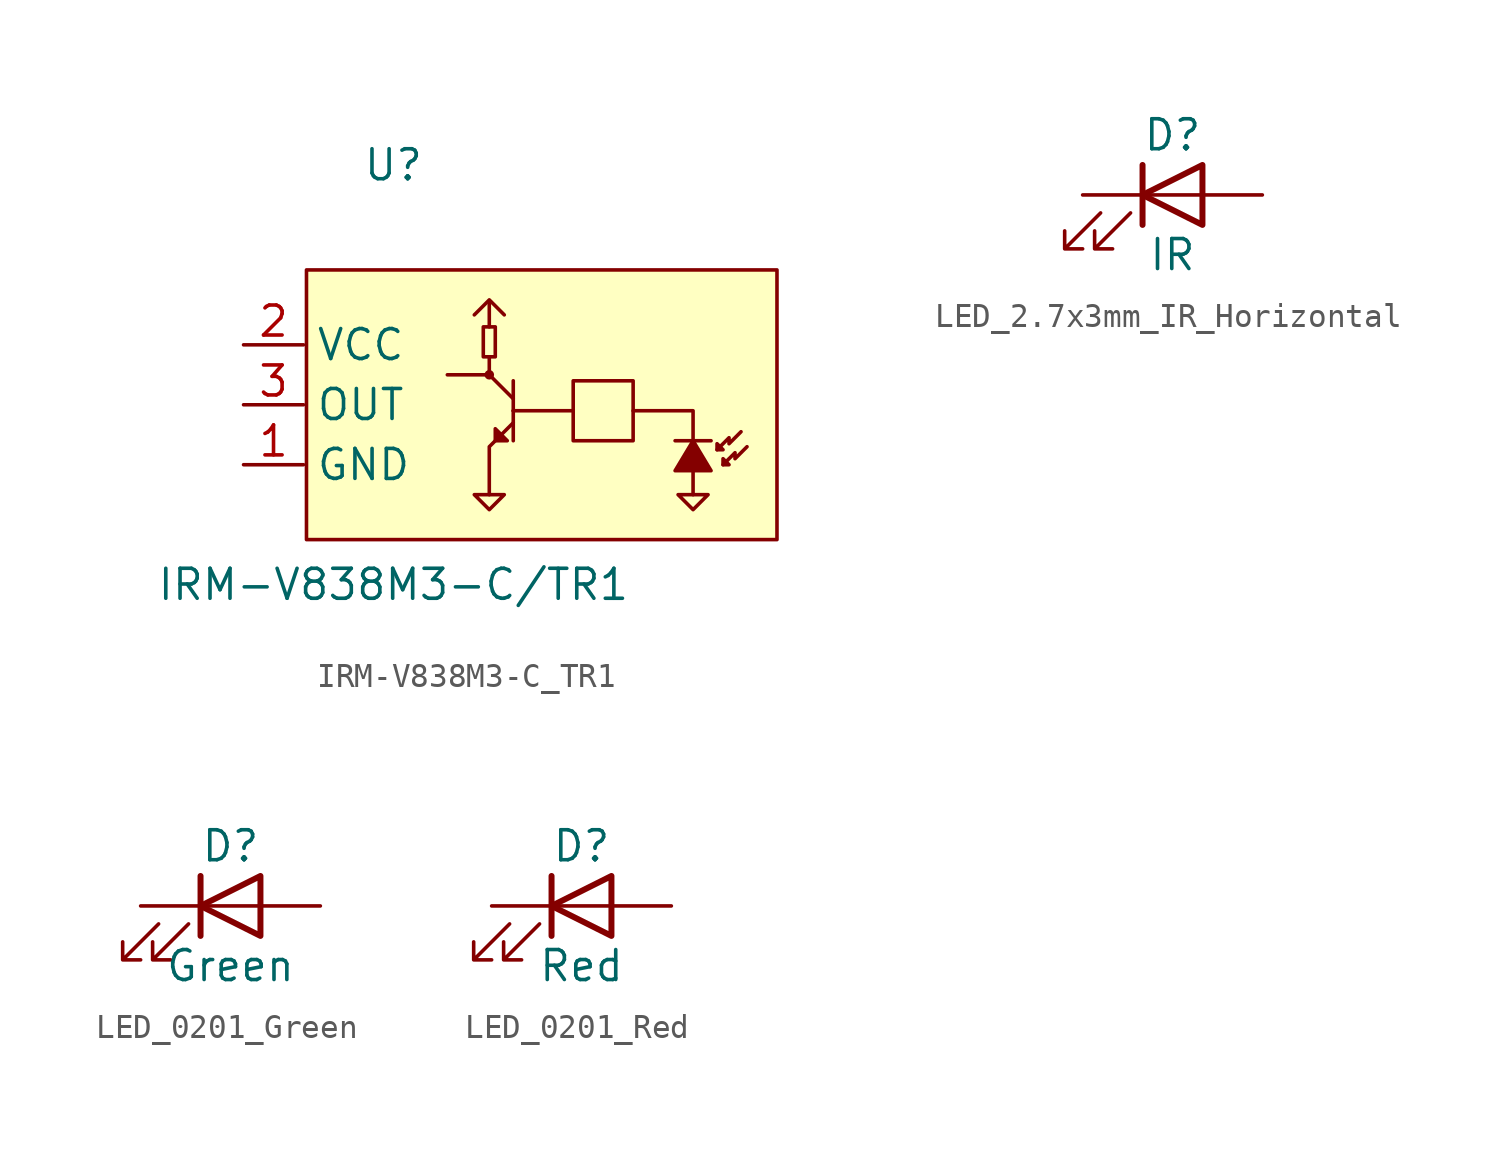
<source format=kicad_sym>
(kicad_symbol_lib
  (version 20241209)
  (generator "kicad_symbol_editor")
  (generator_version "9.0")
  (symbol "IRM-V838M3-C_TR1"
    (property "Reference" "U"
      (at 0 8.89 0)
      (effects (font (size 1.27 1.27))))
    (property "Value" "IRM-V838M3-C/TR1"
      (at 0 -8.89 0)
      (effects (font (size 1.27 1.27))))
    (symbol "IRM-V838M3-C_TR1_0_1"
      (rectangle (start -3.683 4.445) (end 16.256 -6.985) (stroke (width 0) (type default)) (fill (type background)))
      (polyline (pts (xy 11.938 -2.794) (xy 13.335 -2.794) (xy 13.462 -2.794)) (stroke (width 0) (type default)) (fill (type none)))
      (polyline (pts (xy 12.7 -5.08) (xy 13.335 -5.08) (xy 12.7 -5.715) (xy 12.065 -5.08) (xy 12.7 -5.08)) (stroke (width 0) (type default)) (fill (type none))))
    (symbol "IRM-V838M3-C_TR1_1_1"
      (polyline (pts (xy 3.429 2.54) (xy 4.064 3.175) (xy 4.699 2.54)) (stroke (width 0) (type default)) (fill (type none)))
      (polyline (pts (xy 4.064 3.048) (xy 4.064 2.032)) (stroke (width 0) (type default)) (fill (type none)))
      (polyline (pts (xy 4.064 0) (xy 2.286 0)) (stroke (width 0) (type default)) (fill (type none)))
      (polyline (pts (xy 4.064 0) (xy 4.064 0.762) (xy 4.318 0.762) (xy 4.318 2.032) (xy 3.81 2.032) (xy 3.81 0.762) (xy 4.064 0.762)) (stroke (width 0) (type default)) (fill (type none)))
      (circle (center 4.064 0) (radius 0.127) (stroke (width 0) (type default)) (fill (type none)))
      (polyline (pts (xy 4.064 -5.08) (xy 4.699 -5.08) (xy 4.064 -5.715) (xy 3.429 -5.08) (xy 4.064 -5.08)) (stroke (width 0) (type default)) (fill (type none)))
      (polyline (pts (xy 4.318 -2.794) (xy 4.064 -3.048) (xy 4.064 -5.08)) (stroke (width 0) (type default)) (fill (type none)))
      (polyline (pts (xy 5.08 -1.016) (xy 4.064 0)) (stroke (width 0) (type default)) (fill (type none)))
      (polyline (pts (xy 5.08 -1.524) (xy 5.08 -0.254)) (stroke (width 0) (type default)) (fill (type none)))
      (polyline (pts (xy 5.08 -1.524) (xy 5.08 -2.159) (xy 5.08 -2.794)) (stroke (width 0) (type default)) (fill (type none)))
      (polyline (pts (xy 5.08 -1.524) (xy 7.62 -1.524) (xy 7.62 -0.254) (xy 10.16 -0.254) (xy 10.16 -2.794) (xy 7.62 -2.794) (xy 7.62 -1.524)) (stroke (width 0) (type default)) (fill (type none)))
      (polyline (pts (xy 5.08 -2.032) (xy 4.318 -2.794) (xy 4.318 -2.286) (xy 4.826 -2.794) (xy 4.318 -2.794)) (stroke (width 0) (type solid)) (fill (type outline)))
      (polyline (pts (xy 10.16 -1.524) (xy 12.7 -1.524) (xy 12.7 -2.794)) (stroke (width 0) (type default)) (fill (type none)))
      (polyline (pts (xy 12.7 -4.064) (xy 12.7 -4.064) (xy 11.938 -4.064) (xy 12.7 -2.794) (xy 13.462 -4.064) (xy 12.7 -4.064)) (stroke (width 0) (type solid)) (fill (type outline)))
      (polyline (pts (xy 12.7 -5.08) (xy 12.7 -3.81)) (stroke (width 0) (type default)) (fill (type none)))
      (polyline (pts (xy 13.716 -3.175) (xy 13.716 -2.921) (xy 13.97 -3.175) (xy 13.716 -3.175)) (stroke (width 0) (type default)) (fill (type none)))
      (polyline (pts (xy 13.716 -3.175) (xy 14.224 -2.667) (xy 14.224 -2.921) (xy 14.732 -2.413)) (stroke (width 0) (type default)) (fill (type none)))
      (polyline (pts (xy 13.97 -3.81) (xy 13.97 -3.556) (xy 14.224 -3.81) (xy 13.97 -3.81)) (stroke (width 0) (type default)) (fill (type none)))
      (polyline (pts (xy 13.97 -3.81) (xy 14.478 -3.302) (xy 14.478 -3.556) (xy 14.986 -3.048)) (stroke (width 0) (type default)) (fill (type none)))
      (pin power_in line (at -6.35 1.27 0) (length 2.54) (name "VCC" (effects (font (size 1.27 1.27)))) (number "2" (effects (font (size 1.27 1.27)))))
      (pin output line (at -6.35 -1.27 0) (length 2.54) (name "OUT" (effects (font (size 1.27 1.27)))) (number "3" (effects (font (size 1.27 1.27)))))
      (pin power_in line (at -6.35 -3.81 0) (length 2.54) (name "GND" (effects (font (size 1.27 1.27)))) (number "1" (effects (font (size 1.27 1.27)))))
      (pin power_in line (at -6.35 -3.81 0) (length 2.54) (hide yes) (name "GND" (effects (font (size 1.27 1.27)))) (number "4" (effects (font (size 1.27 1.27)))))))
  (symbol "LED_2.7x3mm_IR_Horizontal"
    (pin_numbers
      (hide yes))
    (pin_names
      (offset 1.016)
      (hide yes))
    (property "Reference" "D"
      (at 0 2.54 0)
      (effects (font (size 1.27 1.27))))
    (property "Value" "IR"
      (at 0 -2.54 0)
      (effects (font (size 1.27 1.27))))
    (symbol "LED_2.7x3mm_IR_Horizontal_0_1"
      (polyline (pts (xy -3.048 -0.762) (xy -4.572 -2.286) (xy -3.81 -2.286) (xy -4.572 -2.286) (xy -4.572 -1.524)) (stroke (width 0) (type default)) (fill (type none)))
      (polyline (pts (xy -1.778 -0.762) (xy -3.302 -2.286) (xy -2.54 -2.286) (xy -3.302 -2.286) (xy -3.302 -1.524)) (stroke (width 0) (type default)) (fill (type none)))
      (polyline (pts (xy -1.27 0) (xy 1.27 0)) (stroke (width 0) (type default)) (fill (type none)))
      (polyline (pts (xy -1.27 -1.27) (xy -1.27 1.27)) (stroke (width 0.254) (type default)) (fill (type none)))
      (polyline (pts (xy 1.27 -1.27) (xy 1.27 1.27) (xy -1.27 0) (xy 1.27 -1.27)) (stroke (width 0.254) (type default)) (fill (type none))))
    (symbol "LED_2.7x3mm_IR_Horizontal_1_1"
      (pin passive line (at -3.81 0 0) (length 2.54) (name "K" (effects (font (size 1.27 1.27)))) (number "1" (effects (font (size 1.27 1.27)))))
      (pin passive line (at 3.81 0 180) (length 2.54) (name "A" (effects (font (size 1.27 1.27)))) (number "2" (effects (font (size 1.27 1.27)))))))
  (symbol "LED_0201_Green"
    (pin_numbers
      (hide yes))
    (pin_names
      (offset 1.016)
      (hide yes))
    (property "Reference" "D"
      (at 0 2.54 0)
      (effects (font (size 1.27 1.27))))
    (property "Value" "Green"
      (at 0 -2.54 0)
      (effects (font (size 1.27 1.27))))
    (symbol "LED_0201_Green_0_1"
      (polyline (pts (xy -3.048 -0.762) (xy -4.572 -2.286) (xy -3.81 -2.286) (xy -4.572 -2.286) (xy -4.572 -1.524)) (stroke (width 0) (type default)) (fill (type none)))
      (polyline (pts (xy -1.778 -0.762) (xy -3.302 -2.286) (xy -2.54 -2.286) (xy -3.302 -2.286) (xy -3.302 -1.524)) (stroke (width 0) (type default)) (fill (type none)))
      (polyline (pts (xy -1.27 0) (xy 1.27 0)) (stroke (width 0) (type default)) (fill (type none)))
      (polyline (pts (xy -1.27 -1.27) (xy -1.27 1.27)) (stroke (width 0.254) (type default)) (fill (type none)))
      (polyline (pts (xy 1.27 -1.27) (xy 1.27 1.27) (xy -1.27 0) (xy 1.27 -1.27)) (stroke (width 0.254) (type default)) (fill (type none))))
    (symbol "LED_0201_Green_1_1"
      (pin passive line (at -3.81 0 0) (length 2.54) (name "K" (effects (font (size 1.27 1.27)))) (number "1" (effects (font (size 1.27 1.27)))))
      (pin passive line (at 3.81 0 180) (length 2.54) (name "A" (effects (font (size 1.27 1.27)))) (number "2" (effects (font (size 1.27 1.27)))))))
  (symbol "LED_0201_Red"
    (pin_numbers
      (hide yes))
    (pin_names
      (offset 1.016)
      (hide yes))
    (property "Reference" "D"
      (at 0 2.54 0)
      (effects (font (size 1.27 1.27))))
    (property "Value" "Red"
      (at 0 -2.54 0)
      (effects (font (size 1.27 1.27))))
    (symbol "LED_0201_Red_0_1"
      (polyline (pts (xy -3.048 -0.762) (xy -4.572 -2.286) (xy -3.81 -2.286) (xy -4.572 -2.286) (xy -4.572 -1.524)) (stroke (width 0) (type default)) (fill (type none)))
      (polyline (pts (xy -1.778 -0.762) (xy -3.302 -2.286) (xy -2.54 -2.286) (xy -3.302 -2.286) (xy -3.302 -1.524)) (stroke (width 0) (type default)) (fill (type none)))
      (polyline (pts (xy -1.27 0) (xy 1.27 0)) (stroke (width 0) (type default)) (fill (type none)))
      (polyline (pts (xy -1.27 -1.27) (xy -1.27 1.27)) (stroke (width 0.254) (type default)) (fill (type none)))
      (polyline (pts (xy 1.27 -1.27) (xy 1.27 1.27) (xy -1.27 0) (xy 1.27 -1.27)) (stroke (width 0.254) (type default)) (fill (type none))))
    (symbol "LED_0201_Red_1_1"
      (pin passive line (at -3.81 0 0) (length 2.54) (name "K" (effects (font (size 1.27 1.27)))) (number "1" (effects (font (size 1.27 1.27)))))
      (pin passive line (at 3.81 0 180) (length 2.54) (name "A" (effects (font (size 1.27 1.27)))) (number "2" (effects (font (size 1.27 1.27))))))))
</source>
